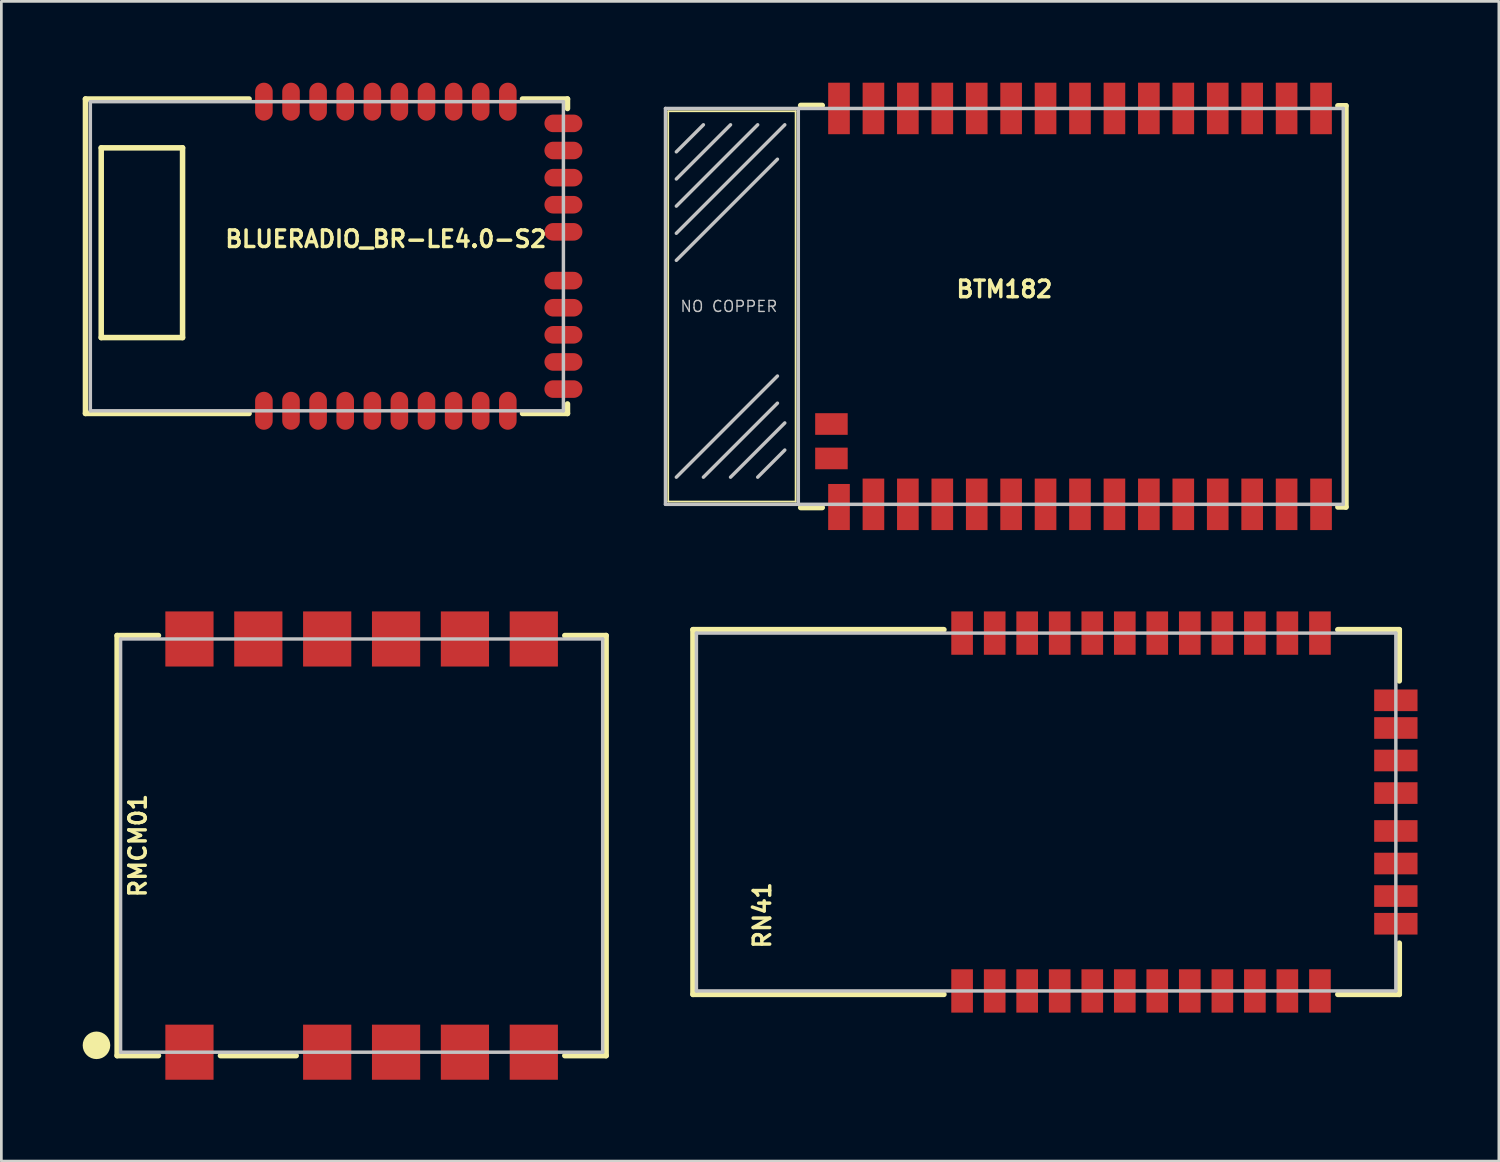
<source format=kicad_pcb>
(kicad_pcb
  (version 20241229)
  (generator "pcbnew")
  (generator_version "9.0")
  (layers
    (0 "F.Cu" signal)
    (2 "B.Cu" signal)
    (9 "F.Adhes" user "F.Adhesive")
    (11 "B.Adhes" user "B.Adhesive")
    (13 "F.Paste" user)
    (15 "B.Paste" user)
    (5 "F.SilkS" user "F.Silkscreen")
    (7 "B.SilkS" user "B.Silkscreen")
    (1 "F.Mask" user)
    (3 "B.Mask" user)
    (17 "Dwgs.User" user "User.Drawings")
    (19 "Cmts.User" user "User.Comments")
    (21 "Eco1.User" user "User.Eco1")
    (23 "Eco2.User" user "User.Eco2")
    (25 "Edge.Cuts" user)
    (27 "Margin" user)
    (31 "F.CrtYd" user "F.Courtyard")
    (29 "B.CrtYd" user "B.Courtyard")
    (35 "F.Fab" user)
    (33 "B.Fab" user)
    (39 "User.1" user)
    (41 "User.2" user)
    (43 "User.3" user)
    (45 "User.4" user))
  (footprint "BTM182"
    (layer "F.Cu")
    (at 33.992 8.25)
    (property "Reference" "BTM182" (at 0 -0.635 0) (layer "F.SilkS") (effects (font (size 0.61 0.61) (thickness 0.127))))
    (attr smd)
    (fp_line (start -12.398 -7.198) (end -7.699 -7.198) (stroke (width 0.066) (type solid)) (layer "F.SilkS"))
    (fp_line (start -12.398 7.198) (end -12.398 -7.198) (stroke (width 0.066) (type solid)) (layer "F.SilkS"))
    (fp_line (start -12.398 7.198) (end -7.699 7.198) (stroke (width 0.066) (type solid)) (layer "F.SilkS"))
    (fp_line (start -7.699 7.198) (end -7.699 -7.198) (stroke (width 0.066) (type solid)) (layer "F.SilkS"))
    (fp_line (start -7.513 -7.412) (end -6.716 -7.412) (stroke (width 0.203) (type solid)) (layer "F.SilkS"))
    (fp_line (start -7.513 7.419) (end -6.716 7.419) (stroke (width 0.203) (type solid)) (layer "F.SilkS"))
    (fp_line (start 12.299 -7.399) (end 12.598 -7.399) (stroke (width 0.203) (type solid)) (layer "F.SilkS"))
    (fp_line (start 12.299 7.399) (end 12.598 7.399) (stroke (width 0.203) (type solid)) (layer "F.SilkS"))
    (fp_line (start 12.598 -7.399) (end 12.598 7.399) (stroke (width 0.203) (type solid)) (layer "F.SilkS"))
    (fp_line (start -12.499 -7.3) (end -12.499 7.3) (stroke (width 0.127) (type solid)) (layer "Dwgs.User"))
    (fp_line (start -12.499 7.3) (end -7.6 7.3) (stroke (width 0.127) (type solid)) (layer "Dwgs.User"))
    (fp_line (start -12.098 -5.7) (end -11.1 -6.698) (stroke (width 0.127) (type solid)) (layer "Dwgs.User"))
    (fp_line (start -12.098 -4.699) (end -10.099 -6.698) (stroke (width 0.127) (type solid)) (layer "Dwgs.User"))
    (fp_line (start -12.098 -3.698) (end -9.098 -6.698) (stroke (width 0.127) (type solid)) (layer "Dwgs.User"))
    (fp_line (start -12.098 -2.697) (end -8.098 -6.698) (stroke (width 0.127) (type solid)) (layer "Dwgs.User"))
    (fp_line (start -12.098 -1.699) (end -8.369 -5.428) (stroke (width 0.127) (type solid)) (layer "Dwgs.User"))
    (fp_line (start -12.098 6.299) (end -8.369 2.568) (stroke (width 0.127) (type solid)) (layer "Dwgs.User"))
    (fp_line (start -11.1 6.299) (end -8.369 3.569) (stroke (width 0.127) (type solid)) (layer "Dwgs.User"))
    (fp_line (start -10.099 6.299) (end -8.098 4.298) (stroke (width 0.127) (type solid)) (layer "Dwgs.User"))
    (fp_line (start -9.098 6.299) (end -8.098 5.298) (stroke (width 0.127) (type solid)) (layer "Dwgs.User"))
    (fp_line (start -7.6 -7.3) (end -12.499 -7.3) (stroke (width 0.127) (type solid)) (layer "Dwgs.User"))
    (fp_line (start -7.6 -7.3) (end -7.6 7.3) (stroke (width 0.127) (type solid)) (layer "Dwgs.User"))
    (fp_line (start -7.6 7.3) (end 12.499 7.3) (stroke (width 0.127) (type solid)) (layer "Dwgs.User"))
    (fp_line (start 12.499 -7.3) (end -7.6 -7.3) (stroke (width 0.127) (type solid)) (layer "Dwgs.User"))
    (fp_line (start 12.499 7.3) (end 12.499 -7.3) (stroke (width 0.127) (type solid)) (layer "Dwgs.User"))
    (fp_text user "NO COPPER" (at -10.16 0 0) (layer "Dwgs.User") (effects (font (size 0.406 0.406) (thickness 0.051))))
    (pad "1" smd rect (at -6.099 7.399 90) (size 1.699 0.798) (layers "F.Cu" "F.Mask" "F.Paste"))
    (pad "2" smd rect (at -4.829 7.3 90) (size 1.9 0.798) (layers "F.Cu" "F.Mask" "F.Paste"))
    (pad "3" smd rect (at -3.559 7.3 90) (size 1.9 0.798) (layers "F.Cu" "F.Mask" "F.Paste"))
    (pad "4" smd rect (at -2.289 7.3 90) (size 1.9 0.798) (layers "F.Cu" "F.Mask" "F.Paste"))
    (pad "5" smd rect (at -1.019 7.3 90) (size 1.9 0.798) (layers "F.Cu" "F.Mask" "F.Paste"))
    (pad "6" smd rect (at 0.249 7.3 90) (size 1.9 0.798) (layers "F.Cu" "F.Mask" "F.Paste"))
    (pad "7" smd rect (at 1.519 7.3 90) (size 1.9 0.798) (layers "F.Cu" "F.Mask" "F.Paste"))
    (pad "8" smd rect (at 2.789 7.3 90) (size 1.9 0.798) (layers "F.Cu" "F.Mask" "F.Paste"))
    (pad "9" smd rect (at 4.059 7.3 90) (size 1.9 0.798) (layers "F.Cu" "F.Mask" "F.Paste"))
    (pad "10" smd rect (at 5.329 7.3 90) (size 1.9 0.798) (layers "F.Cu" "F.Mask" "F.Paste"))
    (pad "11" smd rect (at 6.599 7.3 90) (size 1.9 0.798) (layers "F.Cu" "F.Mask" "F.Paste"))
    (pad "12" smd rect (at 7.869 7.3 90) (size 1.9 0.798) (layers "F.Cu" "F.Mask" "F.Paste"))
    (pad "13" smd rect (at 9.139 7.3 90) (size 1.9 0.798) (layers "F.Cu" "F.Mask" "F.Paste"))
    (pad "14" smd rect (at 10.409 7.3 90) (size 1.9 0.798) (layers "F.Cu" "F.Mask" "F.Paste"))
    (pad "15" smd rect (at 11.679 7.3 90) (size 1.9 0.798) (layers "F.Cu" "F.Mask" "F.Paste"))
    (pad "16" smd rect (at 11.679 -7.3 90) (size 1.9 0.798) (layers "F.Cu" "F.Mask" "F.Paste"))
    (pad "17" smd rect (at 10.409 -7.3 90) (size 1.9 0.798) (layers "F.Cu" "F.Mask" "F.Paste"))
    (pad "18" smd rect (at 9.139 -7.3 90) (size 1.9 0.798) (layers "F.Cu" "F.Mask" "F.Paste"))
    (pad "19" smd rect (at 7.869 -7.3 90) (size 1.9 0.798) (layers "F.Cu" "F.Mask" "F.Paste"))
    (pad "20" smd rect (at 6.599 -7.3 90) (size 1.9 0.798) (layers "F.Cu" "F.Mask" "F.Paste"))
    (pad "21" smd rect (at 5.329 -7.3 90) (size 1.9 0.798) (layers "F.Cu" "F.Mask" "F.Paste"))
    (pad "22" smd rect (at 4.059 -7.3 90) (size 1.9 0.798) (layers "F.Cu" "F.Mask" "F.Paste"))
    (pad "23" smd rect (at 2.789 -7.3 90) (size 1.9 0.798) (layers "F.Cu" "F.Mask" "F.Paste"))
    (pad "24" smd rect (at 1.519 -7.3 90) (size 1.9 0.798) (layers "F.Cu" "F.Mask" "F.Paste"))
    (pad "25" smd rect (at 0.249 -7.3 90) (size 1.9 0.798) (layers "F.Cu" "F.Mask" "F.Paste"))
    (pad "26" smd rect (at -1.019 -7.3 90) (size 1.9 0.798) (layers "F.Cu" "F.Mask" "F.Paste"))
    (pad "27" smd rect (at -2.289 -7.3 90) (size 1.9 0.798) (layers "F.Cu" "F.Mask" "F.Paste"))
    (pad "28" smd rect (at -3.559 -7.3 90) (size 1.9 0.798) (layers "F.Cu" "F.Mask" "F.Paste"))
    (pad "29" smd rect (at -4.829 -7.3 90) (size 1.9 0.798) (layers "F.Cu" "F.Mask" "F.Paste"))
    (pad "30" smd rect (at -6.099 -7.3 90) (size 1.9 0.798) (layers "F.Cu" "F.Mask" "F.Paste"))
    (pad "31" smd rect (at -6.378 4.338) (size 1.199 0.798) (layers "F.Cu" "F.Mask" "F.Paste"))
    (pad "32" smd rect (at -6.378 5.608) (size 1.199 0.798) (layers "F.Cu" "F.Mask" "F.Paste")))
  (footprint "BLUERADIO_BR-LE4.0-S2"
    (layer "F.Cu")
    (at 11.181 6.4)
    (property "Reference" "BLUERADIO_BR-LE4.0-S2" (at 0 -0.635 0) (layer "F.SilkS") (effects (font (size 0.61 0.61) (thickness 0.127))))
    (attr smd)
    (fp_line (start -11.079 -5.799) (end -11.079 5.799) (stroke (width 0.203) (type solid)) (layer "F.SilkS"))
    (fp_line (start -10.498 -3.998) (end -10.498 3) (stroke (width 0.203) (type solid)) (layer "F.SilkS"))
    (fp_line (start -10.498 3) (end -7.498 3) (stroke (width 0.203) (type solid)) (layer "F.SilkS"))
    (fp_line (start -7.498 -3.998) (end -10.498 -3.998) (stroke (width 0.203) (type solid)) (layer "F.SilkS"))
    (fp_line (start -7.498 3) (end -7.498 -3.998) (stroke (width 0.203) (type solid)) (layer "F.SilkS"))
    (fp_line (start -5.044 -5.799) (end -11.079 -5.799) (stroke (width 0.203) (type solid)) (layer "F.SilkS"))
    (fp_line (start -5.044 5.799) (end -11.079 5.799) (stroke (width 0.203) (type solid)) (layer "F.SilkS"))
    (fp_line (start 6.698 -5.799) (end 5.039 -5.799) (stroke (width 0.203) (type solid)) (layer "F.SilkS"))
    (fp_line (start 6.698 -5.799) (end 6.698 -5.448) (stroke (width 0.203) (type solid)) (layer "F.SilkS"))
    (fp_line (start 6.698 5.448) (end 6.698 5.799) (stroke (width 0.203) (type solid)) (layer "F.SilkS"))
    (fp_line (start 6.698 5.799) (end 5.039 5.799) (stroke (width 0.203) (type solid)) (layer "F.SilkS"))
    (fp_line (start -10.899 -5.7) (end -10.899 5.7) (stroke (width 0.127) (type solid)) (layer "Dwgs.User"))
    (fp_line (start -10.899 5.7) (end 6.548 5.7) (stroke (width 0.127) (type solid)) (layer "Dwgs.User"))
    (fp_line (start 6.548 -5.7) (end -10.899 -5.7) (stroke (width 0.127) (type solid)) (layer "Dwgs.User"))
    (fp_line (start 6.548 5.7) (end 6.548 -5.7) (stroke (width 0.127) (type solid)) (layer "Dwgs.User"))
    (pad "1" smd oval (at -4.498 5.7) (size 0.648 1.4) (layers "F.Cu" "F.Mask" "F.Paste"))
    (pad "2" smd oval (at -3.498 5.7) (size 0.648 1.4) (layers "F.Cu" "F.Mask" "F.Paste"))
    (pad "3" smd oval (at -2.499 5.7) (size 0.648 1.4) (layers "F.Cu" "F.Mask" "F.Paste"))
    (pad "4" smd oval (at -1.499 5.7) (size 0.648 1.4) (layers "F.Cu" "F.Mask" "F.Paste"))
    (pad "5" smd oval (at -0.498 5.7) (size 0.648 1.4) (layers "F.Cu" "F.Mask" "F.Paste"))
    (pad "6" smd oval (at 0.498 5.7) (size 0.648 1.4) (layers "F.Cu" "F.Mask" "F.Paste"))
    (pad "7" smd oval (at 1.499 5.7) (size 0.648 1.4) (layers "F.Cu" "F.Mask" "F.Paste"))
    (pad "8" smd oval (at 2.499 5.7) (size 0.648 1.4) (layers "F.Cu" "F.Mask" "F.Paste"))
    (pad "9" smd oval (at 3.498 5.7) (size 0.648 1.4) (layers "F.Cu" "F.Mask" "F.Paste"))
    (pad "10" smd oval (at 4.498 5.7) (size 0.648 1.4) (layers "F.Cu" "F.Mask" "F.Paste"))
    (pad "11" smd oval (at 6.548 4.9 90) (size 0.648 1.4) (layers "F.Cu" "F.Mask" "F.Paste"))
    (pad "12" smd oval (at 6.548 3.899 90) (size 0.648 1.4) (layers "F.Cu" "F.Mask" "F.Paste"))
    (pad "13" smd oval (at 6.548 2.898 90) (size 0.648 1.4) (layers "F.Cu" "F.Mask" "F.Paste"))
    (pad "14" smd oval (at 6.548 1.9 90) (size 0.648 1.4) (layers "F.Cu" "F.Mask" "F.Paste"))
    (pad "15" smd oval (at 6.548 0.899 90) (size 0.648 1.4) (layers "F.Cu" "F.Mask" "F.Paste"))
    (pad "16" smd oval (at 6.548 -0.899 90) (size 0.648 1.4) (layers "F.Cu" "F.Mask" "F.Paste"))
    (pad "17" smd oval (at 6.548 -1.9 90) (size 0.648 1.4) (layers "F.Cu" "F.Mask" "F.Paste"))
    (pad "18" smd oval (at 6.548 -2.898 90) (size 0.648 1.4) (layers "F.Cu" "F.Mask" "F.Paste"))
    (pad "19" smd oval (at 6.548 -3.899 90) (size 0.648 1.4) (layers "F.Cu" "F.Mask" "F.Paste"))
    (pad "20" smd oval (at 6.548 -4.9 90) (size 0.648 1.4) (layers "F.Cu" "F.Mask" "F.Paste"))
    (pad "21" smd oval (at 4.498 -5.7) (size 0.648 1.4) (layers "F.Cu" "F.Mask" "F.Paste"))
    (pad "22" smd oval (at 3.498 -5.7) (size 0.648 1.4) (layers "F.Cu" "F.Mask" "F.Paste"))
    (pad "23" smd oval (at 2.499 -5.7) (size 0.648 1.4) (layers "F.Cu" "F.Mask" "F.Paste"))
    (pad "24" smd oval (at 1.499 -5.7) (size 0.648 1.4) (layers "F.Cu" "F.Mask" "F.Paste"))
    (pad "25" smd oval (at 0.498 -5.7 180) (size 0.648 1.4) (layers "F.Cu" "F.Mask" "F.Paste"))
    (pad "26" smd oval (at -0.498 -5.7 180) (size 0.648 1.4) (layers "F.Cu" "F.Mask" "F.Paste"))
    (pad "27" smd oval (at -1.499 -5.7 180) (size 0.648 1.4) (layers "F.Cu" "F.Mask" "F.Paste"))
    (pad "28" smd oval (at -2.499 -5.7 180) (size 0.648 1.4) (layers "F.Cu" "F.Mask" "F.Paste"))
    (pad "29" smd oval (at -3.498 -5.7 180) (size 0.648 1.4) (layers "F.Cu" "F.Mask" "F.Paste"))
    (pad "30" smd oval (at -4.498 -5.7 180) (size 0.648 1.4) (layers "F.Cu" "F.Mask" "F.Paste")))
  (footprint "RN41"
    (layer "F.Cu")
    (at 39.032 26.898)
    (property "Reference" "RN41" (at -13.97 3.81 90) (layer "F.SilkS") (effects (font (size 0.61 0.61) (thickness 0.127))))
    (attr smd)
    (fp_line (start -16.525 -6.726) (end -16.525 6.726) (stroke (width 0.203) (type solid)) (layer "F.SilkS"))
    (fp_line (start -16.525 -6.726) (end -7.269 -6.726) (stroke (width 0.203) (type solid)) (layer "F.SilkS"))
    (fp_line (start -16.525 6.726) (end -7.269 6.726) (stroke (width 0.203) (type solid)) (layer "F.SilkS"))
    (fp_line (start 9.525 -6.726) (end 7.257 -6.726) (stroke (width 0.203) (type solid)) (layer "F.SilkS"))
    (fp_line (start 9.525 -6.726) (end 9.525 -4.836) (stroke (width 0.203) (type solid)) (layer "F.SilkS"))
    (fp_line (start 9.525 6.726) (end 7.257 6.726) (stroke (width 0.203) (type solid)) (layer "F.SilkS"))
    (fp_line (start 9.525 6.726) (end 9.525 4.836) (stroke (width 0.203) (type solid)) (layer "F.SilkS"))
    (fp_line (start -16.398 -6.599) (end -16.398 6.599) (stroke (width 0.127) (type solid)) (layer "Dwgs.User"))
    (fp_line (start -16.398 6.599) (end 9.398 6.599) (stroke (width 0.127) (type solid)) (layer "Dwgs.User"))
    (fp_line (start 9.398 -6.599) (end -16.398 -6.599) (stroke (width 0.127) (type solid)) (layer "Dwgs.User"))
    (fp_line (start 9.398 6.599) (end 9.398 -6.599) (stroke (width 0.127) (type solid)) (layer "Dwgs.User"))
    (pad "1" smd rect (at -6.599 6.599 180) (size 0.798 1.598) (layers "F.Cu" "F.Mask" "F.Paste"))
    (pad "2" smd rect (at -5.397 6.599 180) (size 0.798 1.598) (layers "F.Cu" "F.Mask" "F.Paste"))
    (pad "3" smd rect (at -4.199 6.599 180) (size 0.798 1.598) (layers "F.Cu" "F.Mask" "F.Paste"))
    (pad "4" smd rect (at -3 6.599 180) (size 0.798 1.598) (layers "F.Cu" "F.Mask" "F.Paste"))
    (pad "5" smd rect (at -1.798 6.599 180) (size 0.798 1.598) (layers "F.Cu" "F.Mask" "F.Paste"))
    (pad "6" smd rect (at -0.599 6.599 180) (size 0.798 1.598) (layers "F.Cu" "F.Mask" "F.Paste"))
    (pad "7" smd rect (at 0.599 6.599 180) (size 0.798 1.598) (layers "F.Cu" "F.Mask" "F.Paste"))
    (pad "8" smd rect (at 1.798 6.599 180) (size 0.798 1.598) (layers "F.Cu" "F.Mask" "F.Paste"))
    (pad "9" smd rect (at 3 6.599 180) (size 0.798 1.598) (layers "F.Cu" "F.Mask" "F.Paste"))
    (pad "10" smd rect (at 4.199 6.599 180) (size 0.798 1.598) (layers "F.Cu" "F.Mask" "F.Paste"))
    (pad "11" smd rect (at 5.397 6.599 180) (size 0.798 1.598) (layers "F.Cu" "F.Mask" "F.Paste"))
    (pad "12" smd rect (at 6.599 6.599 180) (size 0.798 1.598) (layers "F.Cu" "F.Mask" "F.Paste"))
    (pad "13" smd rect (at 6.599 -6.599) (size 0.798 1.598) (layers "F.Cu" "F.Mask" "F.Paste"))
    (pad "14" smd rect (at 5.397 -6.599) (size 0.798 1.598) (layers "F.Cu" "F.Mask" "F.Paste"))
    (pad "15" smd rect (at 4.199 -6.599) (size 0.798 1.598) (layers "F.Cu" "F.Mask" "F.Paste"))
    (pad "16" smd rect (at 3 -6.599) (size 0.798 1.598) (layers "F.Cu" "F.Mask" "F.Paste"))
    (pad "17" smd rect (at 1.798 -6.599) (size 0.798 1.598) (layers "F.Cu" "F.Mask" "F.Paste"))
    (pad "18" smd rect (at 0.599 -6.599) (size 0.798 1.598) (layers "F.Cu" "F.Mask" "F.Paste"))
    (pad "19" smd rect (at -0.599 -6.599) (size 0.798 1.598) (layers "F.Cu" "F.Mask" "F.Paste"))
    (pad "20" smd rect (at -1.798 -6.599) (size 0.798 1.598) (layers "F.Cu" "F.Mask" "F.Paste"))
    (pad "21" smd rect (at -3 -6.599) (size 0.798 1.598) (layers "F.Cu" "F.Mask" "F.Paste"))
    (pad "22" smd rect (at -4.199 -6.599) (size 0.798 1.598) (layers "F.Cu" "F.Mask" "F.Paste"))
    (pad "23" smd rect (at -5.397 -6.599) (size 0.798 1.598) (layers "F.Cu" "F.Mask" "F.Paste"))
    (pad "24" smd rect (at -6.599 -6.599) (size 0.798 1.598) (layers "F.Cu" "F.Mask" "F.Paste"))
    (pad "28" smd rect (at 9.398 -3.099 90) (size 0.798 1.598) (layers "F.Cu" "F.Mask" "F.Paste"))
    (pad "29" smd rect (at 9.398 3.099 90) (size 0.798 1.598) (layers "F.Cu" "F.Mask" "F.Paste"))
    (pad "30" smd rect (at 9.398 -4.12 90) (size 0.798 1.598) (layers "F.Cu" "F.Mask" "F.Paste"))
    (pad "31" smd rect (at 9.398 -1.9 90) (size 0.798 1.598) (layers "F.Cu" "F.Mask" "F.Paste"))
    (pad "32" smd rect (at 9.398 -0.699 90) (size 0.798 1.598) (layers "F.Cu" "F.Mask" "F.Paste"))
    (pad "33" smd rect (at 9.398 0.699 90) (size 0.798 1.598) (layers "F.Cu" "F.Mask" "F.Paste"))
    (pad "34" smd rect (at 9.398 1.9 90) (size 0.798 1.598) (layers "F.Cu" "F.Mask" "F.Paste"))
    (pad "35" smd rect (at 9.398 4.12 90) (size 0.798 1.598) (layers "F.Cu" "F.Mask" "F.Paste")))
  (footprint "RMCM01"
    (layer "F.Cu")
    (at 10.287 28.136)
    (property "Reference" "RMCM01" (at -8.255 0 90) (layer "F.SilkS") (effects (font (size 0.61 0.61) (thickness 0.127))))
    (attr smd)
    (fp_line (start -9.017 -7.747) (end -9.017 7.747) (stroke (width 0.203) (type solid)) (layer "F.SilkS"))
    (fp_line (start -9.017 7.747) (end -7.493 7.747) (stroke (width 0.203) (type solid)) (layer "F.SilkS"))
    (fp_line (start -7.493 -7.747) (end -9.017 -7.747) (stroke (width 0.203) (type solid)) (layer "F.SilkS"))
    (fp_line (start -5.207 7.747) (end -2.413 7.747) (stroke (width 0.203) (type solid)) (layer "F.SilkS"))
    (fp_line (start 7.493 7.747) (end 9.017 7.747) (stroke (width 0.203) (type solid)) (layer "F.SilkS"))
    (fp_line (start 9.017 -7.747) (end 7.493 -7.747) (stroke (width 0.203) (type solid)) (layer "F.SilkS"))
    (fp_line (start 9.017 7.747) (end 9.017 -7.747) (stroke (width 0.203) (type solid)) (layer "F.SilkS"))
    (fp_circle (center -9.779 7.366) (end -9.779 6.858) (stroke (width 0) (type solid)) (fill yes) (layer "F.SilkS"))
    (fp_line (start -8.89 -7.62) (end -8.89 7.62) (stroke (width 0.127) (type solid)) (layer "Dwgs.User"))
    (fp_line (start -8.89 7.62) (end 8.89 7.62) (stroke (width 0.127) (type solid)) (layer "Dwgs.User"))
    (fp_line (start 8.89 -7.62) (end -8.89 -7.62) (stroke (width 0.127) (type solid)) (layer "Dwgs.User"))
    (fp_line (start 8.89 7.62) (end 8.89 -7.62) (stroke (width 0.127) (type solid)) (layer "Dwgs.User"))
    (pad "1" smd rect (at -6.35 -7.62 90) (size 2.032 1.778) (layers "F.Cu" "F.Mask" "F.Paste"))
    (pad "2" smd rect (at -3.81 -7.62 90) (size 2.032 1.778) (layers "F.Cu" "F.Mask" "F.Paste"))
    (pad "3" smd rect (at -1.27 -7.62 90) (size 2.032 1.778) (layers "F.Cu" "F.Mask" "F.Paste"))
    (pad "4" smd rect (at 1.27 -7.62 90) (size 2.032 1.778) (layers "F.Cu" "F.Mask" "F.Paste"))
    (pad "5" smd rect (at 3.81 -7.62 90) (size 2.032 1.778) (layers "F.Cu" "F.Mask" "F.Paste"))
    (pad "6" smd rect (at 6.35 -7.62 90) (size 2.032 1.778) (layers "F.Cu" "F.Mask" "F.Paste"))
    (pad "7" smd rect (at 6.35 7.62 90) (size 2.032 1.778) (layers "F.Cu" "F.Mask" "F.Paste"))
    (pad "8" smd rect (at 3.81 7.62 90) (size 2.032 1.778) (layers "F.Cu" "F.Mask" "F.Paste"))
    (pad "9" smd rect (at 1.27 7.62 90) (size 2.032 1.778) (layers "F.Cu" "F.Mask" "F.Paste"))
    (pad "10" smd rect (at -1.27 7.62 90) (size 2.032 1.778) (layers "F.Cu" "F.Mask" "F.Paste"))
    (pad "11" smd rect (at -6.35 7.62 90) (size 2.032 1.778) (layers "F.Cu" "F.Mask" "F.Paste")))
  (gr_rect
    (start -3 -3)
    (end 52.229 39.772)
    (stroke (width 0.1) (type default))
    (fill no)
    (layer "Edge.Cuts")))
</source>
